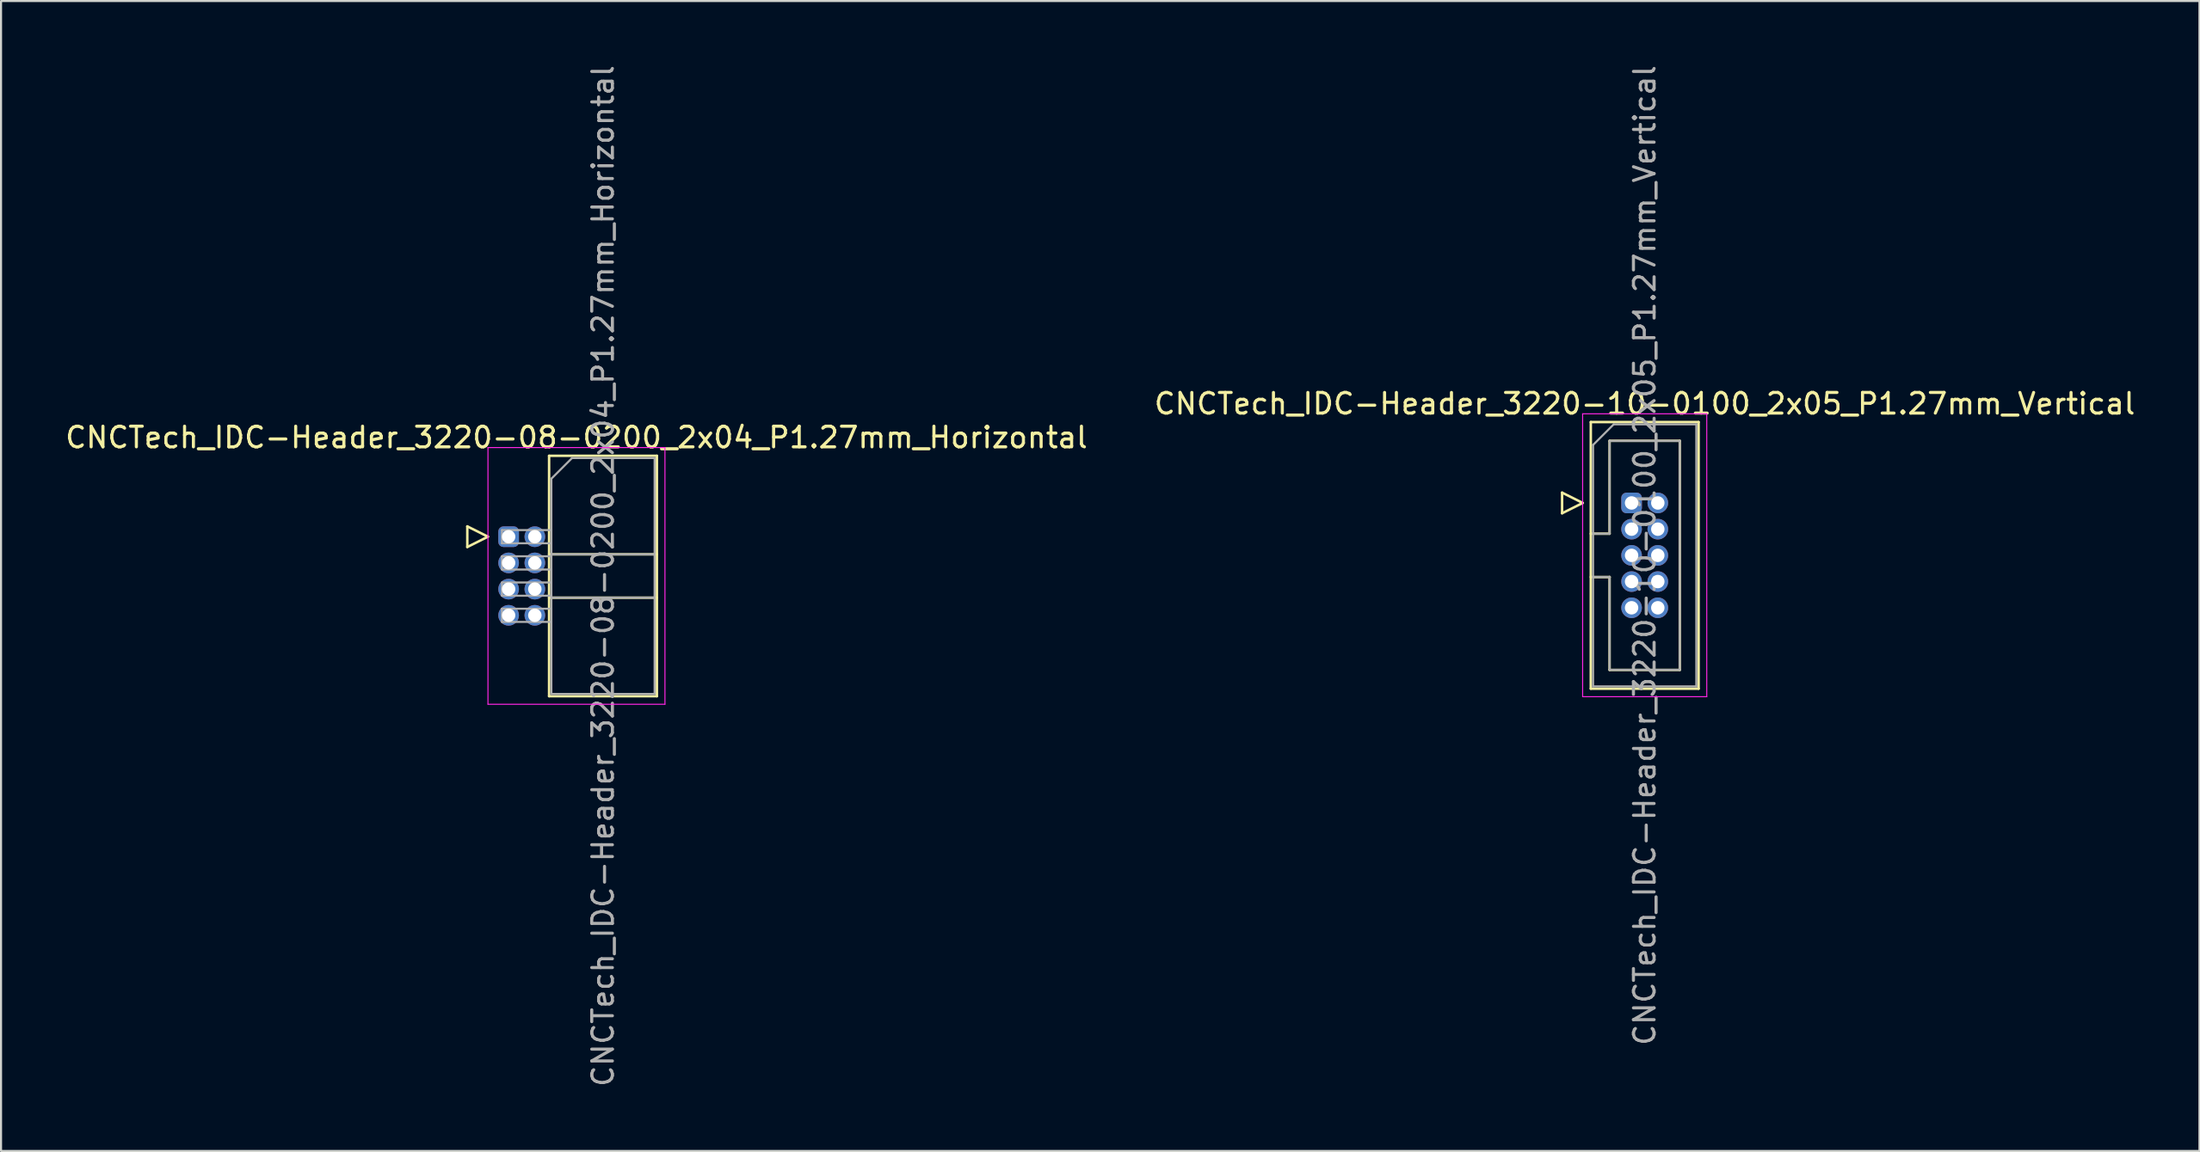
<source format=kicad_pcb>
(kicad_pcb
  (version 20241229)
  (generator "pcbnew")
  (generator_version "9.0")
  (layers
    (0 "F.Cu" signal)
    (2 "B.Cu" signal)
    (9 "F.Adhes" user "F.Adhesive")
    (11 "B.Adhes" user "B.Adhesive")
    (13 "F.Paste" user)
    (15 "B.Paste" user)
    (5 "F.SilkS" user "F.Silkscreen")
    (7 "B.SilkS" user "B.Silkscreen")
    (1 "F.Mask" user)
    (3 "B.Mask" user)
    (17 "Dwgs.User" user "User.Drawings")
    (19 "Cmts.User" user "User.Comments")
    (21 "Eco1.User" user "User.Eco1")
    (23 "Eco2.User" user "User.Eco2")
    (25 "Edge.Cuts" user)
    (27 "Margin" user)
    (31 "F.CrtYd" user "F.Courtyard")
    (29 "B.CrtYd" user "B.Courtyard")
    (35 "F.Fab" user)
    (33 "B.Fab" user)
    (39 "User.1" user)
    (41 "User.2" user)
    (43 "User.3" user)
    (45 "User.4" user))
  (footprint "CNCTech_IDC-Header_3220-08-0200_2x04_P1.27mm_Horizontal"
    (layer "F.Cu")
    (at 21.578 22.958)
    (property "Reference" "CNCTech_IDC-Header_3220-08-0200_2x04_P1.27mm_Horizontal" (at 3.285 -4.81 0) (layer "F.SilkS") (effects (font (size 1 1) (thickness 0.15))))
    (attr through_hole)
    (fp_line (start -2 -0.5) (end -2 0.5) (stroke (width 0.12) (type solid)) (layer "F.SilkS"))
    (fp_line (start -2 0.5) (end -1 0) (stroke (width 0.12) (type solid)) (layer "F.SilkS"))
    (fp_line (start -1 0) (end -2 -0.5) (stroke (width 0.12) (type solid)) (layer "F.SilkS"))
    (fp_line (start 1.96 -3.92) (end 7.18 -3.92) (stroke (width 0.12) (type solid)) (layer "F.SilkS"))
    (fp_line (start 1.96 0.855) (end 7.18 0.855) (stroke (width 0.12) (type solid)) (layer "F.SilkS"))
    (fp_line (start 1.96 2.955) (end 7.18 2.955) (stroke (width 0.12) (type solid)) (layer "F.SilkS"))
    (fp_line (start 1.96 7.73) (end 1.96 -3.92) (stroke (width 0.12) (type solid)) (layer "F.SilkS"))
    (fp_line (start 7.18 -3.92) (end 7.18 7.73) (stroke (width 0.12) (type solid)) (layer "F.SilkS"))
    (fp_line (start 7.18 7.73) (end 1.96 7.73) (stroke (width 0.12) (type solid)) (layer "F.SilkS"))
    (fp_line (start -1 -4.32) (end -1 8.12) (stroke (width 0.05) (type solid)) (layer "F.CrtYd"))
    (fp_line (start -1 8.12) (end 7.57 8.12) (stroke (width 0.05) (type solid)) (layer "F.CrtYd"))
    (fp_line (start 7.57 -4.32) (end -1 -4.32) (stroke (width 0.05) (type solid)) (layer "F.CrtYd"))
    (fp_line (start 7.57 8.12) (end 7.57 -4.32) (stroke (width 0.05) (type solid)) (layer "F.CrtYd"))
    (fp_line (start -0.32 -0.32) (end -0.32 0.32) (stroke (width 0.1) (type solid)) (layer "F.Fab"))
    (fp_line (start -0.32 0.32) (end 2.07 0.32) (stroke (width 0.1) (type solid)) (layer "F.Fab"))
    (fp_line (start -0.32 0.95) (end -0.32 1.59) (stroke (width 0.1) (type solid)) (layer "F.Fab"))
    (fp_line (start -0.32 1.59) (end 2.07 1.59) (stroke (width 0.1) (type solid)) (layer "F.Fab"))
    (fp_line (start -0.32 2.22) (end -0.32 2.86) (stroke (width 0.1) (type solid)) (layer "F.Fab"))
    (fp_line (start -0.32 2.86) (end 2.07 2.86) (stroke (width 0.1) (type solid)) (layer "F.Fab"))
    (fp_line (start -0.32 3.49) (end -0.32 4.13) (stroke (width 0.1) (type solid)) (layer "F.Fab"))
    (fp_line (start -0.32 4.13) (end 2.07 4.13) (stroke (width 0.1) (type solid)) (layer "F.Fab"))
    (fp_line (start 2.07 -2.81) (end 3.07 -3.81) (stroke (width 0.1) (type solid)) (layer "F.Fab"))
    (fp_line (start 2.07 -0.32) (end -0.32 -0.32) (stroke (width 0.1) (type solid)) (layer "F.Fab"))
    (fp_line (start 2.07 0.855) (end 7.07 0.855) (stroke (width 0.1) (type solid)) (layer "F.Fab"))
    (fp_line (start 2.07 0.95) (end -0.32 0.95) (stroke (width 0.1) (type solid)) (layer "F.Fab"))
    (fp_line (start 2.07 2.22) (end -0.32 2.22) (stroke (width 0.1) (type solid)) (layer "F.Fab"))
    (fp_line (start 2.07 2.955) (end 7.07 2.955) (stroke (width 0.1) (type solid)) (layer "F.Fab"))
    (fp_line (start 2.07 3.49) (end -0.32 3.49) (stroke (width 0.1) (type solid)) (layer "F.Fab"))
    (fp_line (start 2.07 7.62) (end 2.07 -2.81) (stroke (width 0.1) (type solid)) (layer "F.Fab"))
    (fp_line (start 3.07 -3.81) (end 7.07 -3.81) (stroke (width 0.1) (type solid)) (layer "F.Fab"))
    (fp_line (start 7.07 -3.81) (end 7.07 7.62) (stroke (width 0.1) (type solid)) (layer "F.Fab"))
    (fp_line (start 7.07 7.62) (end 2.07 7.62) (stroke (width 0.1) (type solid)) (layer "F.Fab"))
    (fp_text user "${REFERENCE}" (at 4.57 1.905 90) (layer "F.Fab") (effects (font (size 1 1) (thickness 0.15))))
    (pad "1" thru_hole roundrect (at 0 0) (size 1 1) (drill 0.65) (layers "*.Cu" "*.Mask") (roundrect_rratio 0.25))
    (pad "2" thru_hole circle (at 1.27 0) (size 1 1) (drill 0.65) (layers "*.Cu" "*.Mask"))
    (pad "3" thru_hole circle (at 0 1.27) (size 1 1) (drill 0.65) (layers "*.Cu" "*.Mask"))
    (pad "4" thru_hole circle (at 1.27 1.27) (size 1 1) (drill 0.65) (layers "*.Cu" "*.Mask"))
    (pad "5" thru_hole circle (at 0 2.54) (size 1 1) (drill 0.65) (layers "*.Cu" "*.Mask"))
    (pad "6" thru_hole circle (at 1.27 2.54) (size 1 1) (drill 0.65) (layers "*.Cu" "*.Mask"))
    (pad "7" thru_hole circle (at 0 3.81) (size 1 1) (drill 0.65) (layers "*.Cu" "*.Mask"))
    (pad "8" thru_hole circle (at 1.27 3.81) (size 1 1) (drill 0.65) (layers "*.Cu" "*.Mask")))
  (footprint "CNCTech_IDC-Header_3220-10-0100_2x05_P1.27mm_Vertical"
    (layer "F.Cu")
    (at 75.954 21.323)
    (property "Reference" "CNCTech_IDC-Header_3220-10-0100_2x05_P1.27mm_Vertical" (at 0.635 -4.81 0) (layer "F.SilkS") (effects (font (size 1 1) (thickness 0.15))))
    (attr through_hole)
    (fp_line (start -3.365 -0.5) (end -3.365 0.5) (stroke (width 0.12) (type solid)) (layer "F.SilkS"))
    (fp_line (start -3.365 0.5) (end -2.365 0) (stroke (width 0.12) (type solid)) (layer "F.SilkS"))
    (fp_line (start -2.365 0) (end -3.365 -0.5) (stroke (width 0.12) (type solid)) (layer "F.SilkS"))
    (fp_line (start -1.975 -3.92) (end 3.245 -3.92) (stroke (width 0.12) (type solid)) (layer "F.SilkS"))
    (fp_line (start -1.975 1.49) (end -1.065 1.49) (stroke (width 0.12) (type solid)) (layer "F.SilkS"))
    (fp_line (start -1.975 9) (end -1.975 -3.92) (stroke (width 0.12) (type solid)) (layer "F.SilkS"))
    (fp_line (start -1.065 -3.01) (end 2.335 -3.01) (stroke (width 0.12) (type solid)) (layer "F.SilkS"))
    (fp_line (start -1.065 1.49) (end -1.065 -3.01) (stroke (width 0.12) (type solid)) (layer "F.SilkS"))
    (fp_line (start -1.065 3.59) (end -1.975 3.59) (stroke (width 0.12) (type solid)) (layer "F.SilkS"))
    (fp_line (start -1.065 3.59) (end -1.065 3.59) (stroke (width 0.12) (type solid)) (layer "F.SilkS"))
    (fp_line (start -1.065 8.09) (end -1.065 3.59) (stroke (width 0.12) (type solid)) (layer "F.SilkS"))
    (fp_line (start 2.335 -3.01) (end 2.335 8.09) (stroke (width 0.12) (type solid)) (layer "F.SilkS"))
    (fp_line (start 2.335 8.09) (end -1.065 8.09) (stroke (width 0.12) (type solid)) (layer "F.SilkS"))
    (fp_line (start 3.245 -3.92) (end 3.245 9) (stroke (width 0.12) (type solid)) (layer "F.SilkS"))
    (fp_line (start 3.245 9) (end -1.975 9) (stroke (width 0.12) (type solid)) (layer "F.SilkS"))
    (fp_line (start -2.37 -4.32) (end -2.37 9.39) (stroke (width 0.05) (type solid)) (layer "F.CrtYd"))
    (fp_line (start -2.37 9.39) (end 3.64 9.39) (stroke (width 0.05) (type solid)) (layer "F.CrtYd"))
    (fp_line (start 3.64 -4.32) (end -2.37 -4.32) (stroke (width 0.05) (type solid)) (layer "F.CrtYd"))
    (fp_line (start 3.64 9.39) (end 3.64 -4.32) (stroke (width 0.05) (type solid)) (layer "F.CrtYd"))
    (fp_line (start -1.865 -2.81) (end -0.865 -3.81) (stroke (width 0.1) (type solid)) (layer "F.Fab"))
    (fp_line (start -1.865 1.49) (end -1.065 1.49) (stroke (width 0.1) (type solid)) (layer "F.Fab"))
    (fp_line (start -1.865 8.89) (end -1.865 -2.81) (stroke (width 0.1) (type solid)) (layer "F.Fab"))
    (fp_line (start -1.065 -3.01) (end 2.335 -3.01) (stroke (width 0.1) (type solid)) (layer "F.Fab"))
    (fp_line (start -1.065 1.49) (end -1.065 -3.01) (stroke (width 0.1) (type solid)) (layer "F.Fab"))
    (fp_line (start -1.065 3.59) (end -1.865 3.59) (stroke (width 0.1) (type solid)) (layer "F.Fab"))
    (fp_line (start -1.065 3.59) (end -1.065 3.59) (stroke (width 0.1) (type solid)) (layer "F.Fab"))
    (fp_line (start -1.065 8.09) (end -1.065 3.59) (stroke (width 0.1) (type solid)) (layer "F.Fab"))
    (fp_line (start -0.865 -3.81) (end 3.135 -3.81) (stroke (width 0.1) (type solid)) (layer "F.Fab"))
    (fp_line (start 2.335 -3.01) (end 2.335 8.09) (stroke (width 0.1) (type solid)) (layer "F.Fab"))
    (fp_line (start 2.335 8.09) (end -1.065 8.09) (stroke (width 0.1) (type solid)) (layer "F.Fab"))
    (fp_line (start 3.135 -3.81) (end 3.135 8.89) (stroke (width 0.1) (type solid)) (layer "F.Fab"))
    (fp_line (start 3.135 8.89) (end -1.865 8.89) (stroke (width 0.1) (type solid)) (layer "F.Fab"))
    (fp_text user "${REFERENCE}" (at 0.635 2.54 90) (layer "F.Fab") (effects (font (size 1 1) (thickness 0.15))))
    (pad "1" thru_hole roundrect (at 0 0) (size 1 1) (drill 0.65) (layers "*.Cu" "*.Mask") (roundrect_rratio 0.25))
    (pad "2" thru_hole circle (at 1.27 0) (size 1 1) (drill 0.65) (layers "*.Cu" "*.Mask"))
    (pad "3" thru_hole circle (at 0 1.27) (size 1 1) (drill 0.65) (layers "*.Cu" "*.Mask"))
    (pad "4" thru_hole circle (at 1.27 1.27) (size 1 1) (drill 0.65) (layers "*.Cu" "*.Mask"))
    (pad "5" thru_hole circle (at 0 2.54) (size 1 1) (drill 0.65) (layers "*.Cu" "*.Mask"))
    (pad "6" thru_hole circle (at 1.27 2.54) (size 1 1) (drill 0.65) (layers "*.Cu" "*.Mask"))
    (pad "7" thru_hole circle (at 0 3.81) (size 1 1) (drill 0.65) (layers "*.Cu" "*.Mask"))
    (pad "8" thru_hole circle (at 1.27 3.81) (size 1 1) (drill 0.65) (layers "*.Cu" "*.Mask"))
    (pad "9" thru_hole circle (at 0 5.08) (size 1 1) (drill 0.65) (layers "*.Cu" "*.Mask"))
    (pad "10" thru_hole circle (at 1.27 5.08) (size 1 1) (drill 0.65) (layers "*.Cu" "*.Mask")))
  (gr_rect
    (start -3 -3)
    (end 103.452 52.726)
    (stroke (width 0.1) (type default))
    (fill no)
    (layer "Edge.Cuts")))
</source>
